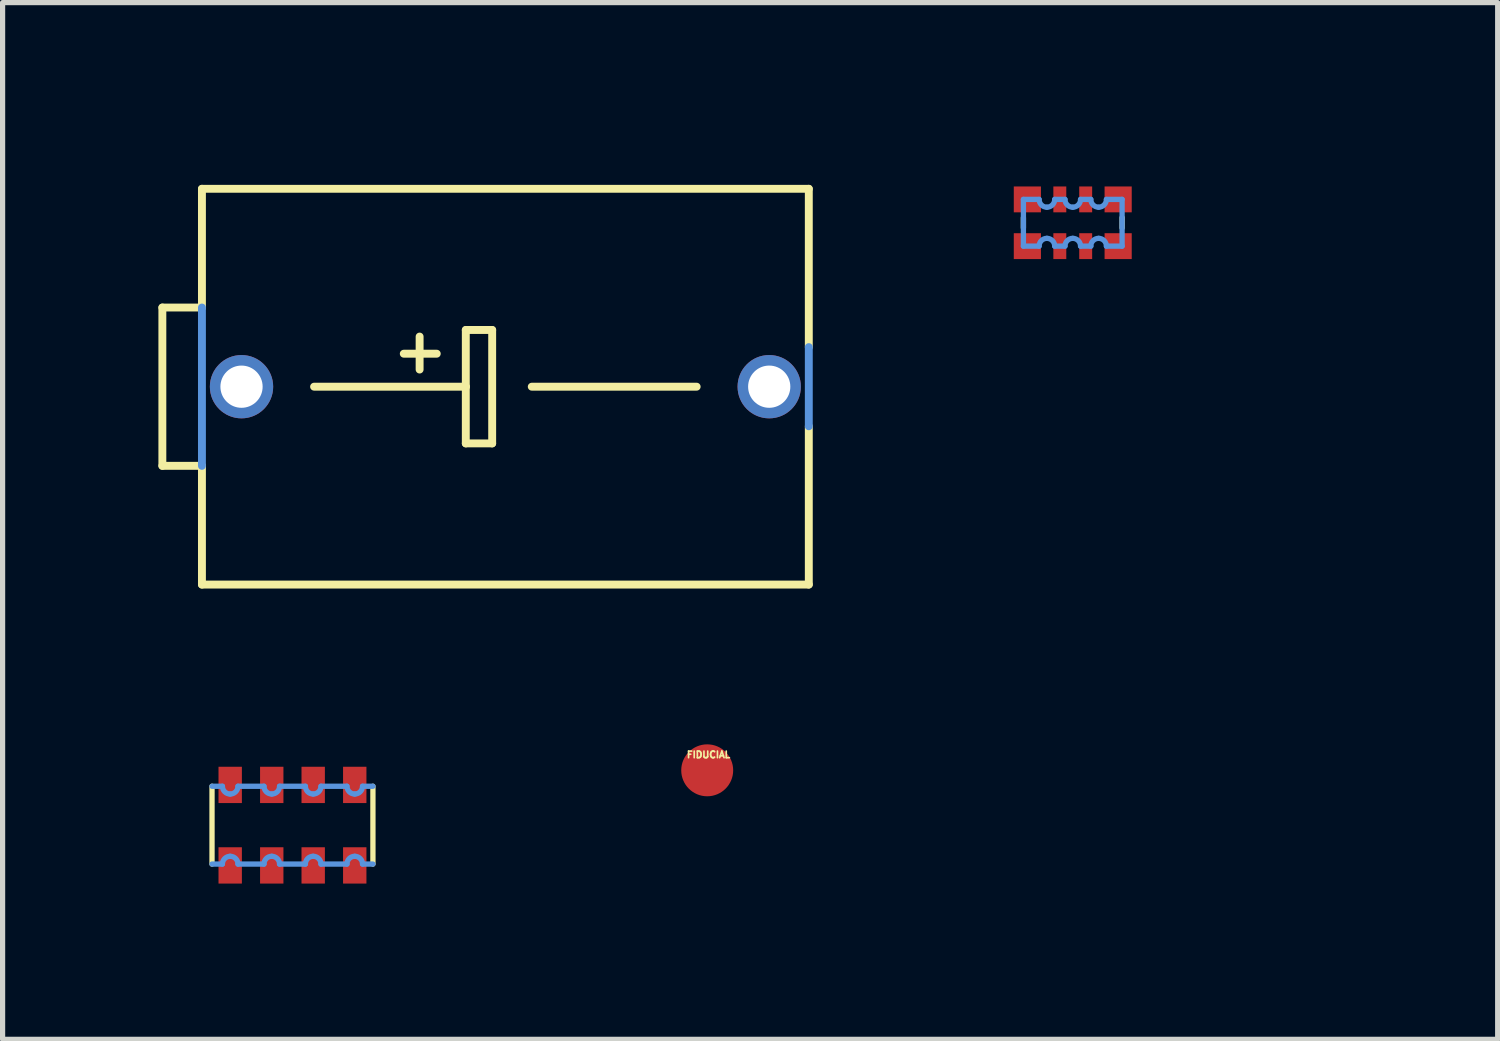
<source format=kicad_pcb>
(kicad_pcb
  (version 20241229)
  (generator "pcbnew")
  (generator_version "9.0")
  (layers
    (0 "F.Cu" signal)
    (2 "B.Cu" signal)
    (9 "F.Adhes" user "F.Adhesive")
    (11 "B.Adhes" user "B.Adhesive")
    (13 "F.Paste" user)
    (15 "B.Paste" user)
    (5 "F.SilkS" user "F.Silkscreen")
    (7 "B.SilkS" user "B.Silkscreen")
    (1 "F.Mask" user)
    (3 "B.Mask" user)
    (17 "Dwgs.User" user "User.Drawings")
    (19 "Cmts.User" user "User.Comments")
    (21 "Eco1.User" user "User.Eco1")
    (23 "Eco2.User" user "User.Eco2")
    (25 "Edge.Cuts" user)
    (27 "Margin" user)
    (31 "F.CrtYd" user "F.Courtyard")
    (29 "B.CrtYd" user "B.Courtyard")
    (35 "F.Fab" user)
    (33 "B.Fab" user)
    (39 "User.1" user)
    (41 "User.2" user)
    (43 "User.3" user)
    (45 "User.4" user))
  (footprint "ETR4"
    (layer "F.Cu")
    (at 6.68 4.395)
    (property "Reference" "ETR4" (at -3.302 -3.429 0) (layer "Eco1.User") (effects (font (size 1.27 1.27) (thickness 0.127))))
    (attr through_hole)
    (fp_line (start -6.604 -1.524) (end -6.604 1.524) (stroke (width 0.152) (type solid)) (layer "F.SilkS"))
    (fp_line (start -6.604 1.524) (end -5.842 1.524) (stroke (width 0.152) (type solid)) (layer "F.SilkS"))
    (fp_line (start -5.842 -1.524) (end -6.604 -1.524) (stroke (width 0.152) (type solid)) (layer "F.SilkS"))
    (fp_line (start -5.842 -1.524) (end -5.842 -3.81) (stroke (width 0.152) (type solid)) (layer "F.SilkS"))
    (fp_line (start -5.842 3.81) (end -5.842 1.524) (stroke (width 0.152) (type solid)) (layer "F.SilkS"))
    (fp_line (start -5.842 3.81) (end 5.842 3.81) (stroke (width 0.152) (type solid)) (layer "F.SilkS"))
    (fp_line (start -3.683 0) (end -0.762 0) (stroke (width 0.152) (type solid)) (layer "F.SilkS"))
    (fp_line (start -1.651 -0.965) (end -1.651 -0.33) (stroke (width 0.152) (type solid)) (layer "F.SilkS"))
    (fp_line (start -1.321 -0.635) (end -1.956 -0.635) (stroke (width 0.152) (type solid)) (layer "F.SilkS"))
    (fp_line (start -0.762 -1.092) (end -0.762 0) (stroke (width 0.152) (type solid)) (layer "F.SilkS"))
    (fp_line (start -0.762 0) (end -0.762 1.092) (stroke (width 0.152) (type solid)) (layer "F.SilkS"))
    (fp_line (start -0.762 1.092) (end -0.254 1.092) (stroke (width 0.152) (type solid)) (layer "F.SilkS"))
    (fp_line (start -0.254 -1.092) (end -0.762 -1.092) (stroke (width 0.152) (type solid)) (layer "F.SilkS"))
    (fp_line (start -0.254 1.092) (end -0.254 -1.092) (stroke (width 0.152) (type solid)) (layer "F.SilkS"))
    (fp_line (start 3.683 0) (end 0.508 0) (stroke (width 0.152) (type solid)) (layer "F.SilkS"))
    (fp_line (start 5.842 -3.81) (end -5.842 -3.81) (stroke (width 0.152) (type solid)) (layer "F.SilkS"))
    (fp_line (start 5.842 -0.762) (end 5.842 -3.81) (stroke (width 0.152) (type solid)) (layer "F.SilkS"))
    (fp_line (start 5.842 3.81) (end 5.842 0.762) (stroke (width 0.152) (type solid)) (layer "F.SilkS"))
    (fp_line (start -5.842 1.524) (end -5.842 -1.524) (stroke (width 0.152) (type solid)) (layer "Cmts.User"))
    (fp_line (start 5.842 -0.762) (end 5.842 0.762) (stroke (width 0.152) (type solid)) (layer "Cmts.User"))
    (pad "+" thru_hole oval (at -5.08 0) (size 1.219 1.219) (drill 0.813) (layers "*.Cu" "*.Mask"))
    (pad "-" thru_hole oval (at 5.08 0) (size 1.219 1.219) (drill 0.813) (layers "*.Cu" "*.Mask")))
  (footprint "EXBV8V"
    (layer "F.Cu")
    (at 2.581 12.837)
    (property "Reference" "EXBV8V" (at 0.953 -0.635 0) (layer "Eco1.User") (effects (font (size 1.27 1.27) (thickness 0.102))))
    (attr through_hole)
    (fp_line (start -1.549 0.749) (end -1.549 -0.749) (stroke (width 0.102) (type solid)) (layer "F.SilkS"))
    (fp_line (start 1.549 -0.749) (end 1.549 0.749) (stroke (width 0.102) (type solid)) (layer "F.SilkS"))
    (fp_line (start -1.549 -0.749) (end -1.349 -0.749) (stroke (width 0.102) (type solid)) (layer "Cmts.User"))
    (fp_line (start -1.349 0.749) (end -1.549 0.749) (stroke (width 0.102) (type solid)) (layer "Cmts.User"))
    (fp_line (start -1.049 -0.749) (end -0.549 -0.749) (stroke (width 0.102) (type solid)) (layer "Cmts.User"))
    (fp_line (start -0.549 0.749) (end -1.049 0.749) (stroke (width 0.102) (type solid)) (layer "Cmts.User"))
    (fp_line (start -0.249 -0.749) (end 0.249 -0.749) (stroke (width 0.102) (type solid)) (layer "Cmts.User"))
    (fp_line (start 0.249 0.749) (end -0.249 0.749) (stroke (width 0.102) (type solid)) (layer "Cmts.User"))
    (fp_line (start 0.549 -0.749) (end 1.049 -0.749) (stroke (width 0.102) (type solid)) (layer "Cmts.User"))
    (fp_line (start 1.049 0.749) (end 0.549 0.749) (stroke (width 0.102) (type solid)) (layer "Cmts.User"))
    (fp_line (start 1.349 -0.749) (end 1.549 -0.749) (stroke (width 0.102) (type solid)) (layer "Cmts.User"))
    (fp_line (start 1.549 0.749) (end 1.349 0.749) (stroke (width 0.102) (type solid)) (layer "Cmts.User"))
    (fp_arc (start -1.34874 0.7493) (mid -1.304847 0.643333) (end -1.19888 0.59944) (stroke (width 0.1016) (type solid)) (layer "Cmts.User"))
    (fp_arc (start -1.19888 -0.59944) (mid -1.304847 -0.643333) (end -1.34874 -0.7493) (stroke (width 0.1016) (type solid)) (layer "Cmts.User"))
    (fp_arc (start -1.19888 0.59944) (mid -1.092913 0.643333) (end -1.04902 0.7493) (stroke (width 0.1016) (type solid)) (layer "Cmts.User"))
    (fp_arc (start -1.04902 -0.7493) (mid -1.092913 -0.643333) (end -1.19888 -0.59944) (stroke (width 0.1016) (type solid)) (layer "Cmts.User"))
    (fp_arc (start -0.54864 0.7493) (mid -0.504747 0.643333) (end -0.39878 0.59944) (stroke (width 0.1016) (type solid)) (layer "Cmts.User"))
    (fp_arc (start -0.39878 -0.59944) (mid -0.504747 -0.643333) (end -0.54864 -0.7493) (stroke (width 0.1016) (type solid)) (layer "Cmts.User"))
    (fp_arc (start -0.39878 0.59944) (mid -0.292813 0.643333) (end -0.24892 0.7493) (stroke (width 0.1016) (type solid)) (layer "Cmts.User"))
    (fp_arc (start -0.24892 -0.7493) (mid -0.292813 -0.643333) (end -0.39878 -0.59944) (stroke (width 0.1016) (type solid)) (layer "Cmts.User"))
    (fp_arc (start 0.24892 0.7493) (mid 0.292813 0.643333) (end 0.39878 0.59944) (stroke (width 0.1016) (type solid)) (layer "Cmts.User"))
    (fp_arc (start 0.39878 -0.59944) (mid 0.292813 -0.643333) (end 0.24892 -0.7493) (stroke (width 0.1016) (type solid)) (layer "Cmts.User"))
    (fp_arc (start 0.39878 0.59944) (mid 0.504747 0.643333) (end 0.54864 0.7493) (stroke (width 0.1016) (type solid)) (layer "Cmts.User"))
    (fp_arc (start 0.54864 -0.7493) (mid 0.504747 -0.643333) (end 0.39878 -0.59944) (stroke (width 0.1016) (type solid)) (layer "Cmts.User"))
    (fp_arc (start 1.04902 0.7493) (mid 1.092913 0.643333) (end 1.19888 0.59944) (stroke (width 0.1016) (type solid)) (layer "Cmts.User"))
    (fp_arc (start 1.19888 -0.59944) (mid 1.092913 -0.643333) (end 1.04902 -0.7493) (stroke (width 0.1016) (type solid)) (layer "Cmts.User"))
    (fp_arc (start 1.19888 0.59944) (mid 1.304847 0.643333) (end 1.34874 0.7493) (stroke (width 0.1016) (type solid)) (layer "Cmts.User"))
    (fp_arc (start 1.34874 -0.7493) (mid 1.304847 -0.643333) (end 1.19888 -0.59944) (stroke (width 0.1016) (type solid)) (layer "Cmts.User"))
    (pad "1" smd rect (at -1.199 0.775) (size 0.45 0.699) (layers "F.Cu" "F.Mask" "F.Paste"))
    (pad "2" smd rect (at -0.399 0.775) (size 0.45 0.699) (layers "F.Cu" "F.Mask" "F.Paste"))
    (pad "3" smd rect (at 0.399 0.775) (size 0.45 0.699) (layers "F.Cu" "F.Mask" "F.Paste"))
    (pad "4" smd rect (at 1.199 0.775) (size 0.45 0.699) (layers "F.Cu" "F.Mask" "F.Paste"))
    (pad "5" smd rect (at 1.199 -0.775 180) (size 0.45 0.699) (layers "F.Cu" "F.Mask" "F.Paste"))
    (pad "6" smd rect (at 0.399 -0.775 180) (size 0.45 0.699) (layers "F.Cu" "F.Mask" "F.Paste"))
    (pad "7" smd rect (at -0.399 -0.775 180) (size 0.45 0.699) (layers "F.Cu" "F.Mask" "F.Paste"))
    (pad "8" smd rect (at -1.199 -0.775 180) (size 0.45 0.699) (layers "F.Cu" "F.Mask" "F.Paste")))
  (footprint "EXB28V"
    (layer "F.Cu")
    (at 17.604 1.239)
    (property "Reference" "EXB28V" (at 1.587 -0.318 0) (layer "Eco1.User") (effects (font (size 1.27 1.27) (thickness 0.102))))
    (attr through_hole)
    (fp_line (start -0.95 0.099) (end -0.95 -0.099) (stroke (width 0.102) (type solid)) (layer "F.SilkS"))
    (fp_line (start 0.95 -0.099) (end 0.95 0.099) (stroke (width 0.102) (type solid)) (layer "F.SilkS"))
    (fp_line (start -0.95 -0.45) (end -0.648 -0.45) (stroke (width 0.102) (type solid)) (layer "Cmts.User"))
    (fp_line (start -0.95 0.45) (end -0.95 -0.45) (stroke (width 0.102) (type solid)) (layer "Cmts.User"))
    (fp_line (start -0.648 0.45) (end -0.95 0.45) (stroke (width 0.102) (type solid)) (layer "Cmts.User"))
    (fp_line (start -0.348 -0.45) (end -0.15 -0.45) (stroke (width 0.102) (type solid)) (layer "Cmts.User"))
    (fp_line (start -0.15 0.45) (end -0.348 0.45) (stroke (width 0.102) (type solid)) (layer "Cmts.User"))
    (fp_line (start 0.15 -0.45) (end 0.348 -0.45) (stroke (width 0.102) (type solid)) (layer "Cmts.User"))
    (fp_line (start 0.348 0.45) (end 0.15 0.45) (stroke (width 0.102) (type solid)) (layer "Cmts.User"))
    (fp_line (start 0.648 -0.45) (end 0.95 -0.45) (stroke (width 0.102) (type solid)) (layer "Cmts.User"))
    (fp_line (start 0.95 -0.45) (end 0.95 0.45) (stroke (width 0.102) (type solid)) (layer "Cmts.User"))
    (fp_line (start 0.95 0.45) (end 0.648 0.45) (stroke (width 0.102) (type solid)) (layer "Cmts.User"))
    (fp_arc (start -0.6477 0.44958) (mid -0.603807 0.343613) (end -0.49784 0.29972) (stroke (width 0.1016) (type solid)) (layer "Cmts.User"))
    (fp_arc (start -0.49784 -0.29972) (mid -0.603807 -0.343613) (end -0.6477 -0.44958) (stroke (width 0.1016) (type solid)) (layer "Cmts.User"))
    (fp_arc (start -0.49784 0.29972) (mid -0.391873 0.343613) (end -0.34798 0.44958) (stroke (width 0.1016) (type solid)) (layer "Cmts.User"))
    (fp_arc (start -0.34798 -0.44958) (mid -0.391873 -0.343613) (end -0.49784 -0.29972) (stroke (width 0.1016) (type solid)) (layer "Cmts.User"))
    (fp_arc (start -0.14986 0.44958) (mid -0.105967 0.343613) (end 0 0.29972) (stroke (width 0.1016) (type solid)) (layer "Cmts.User"))
    (fp_arc (start 0 -0.29972) (mid -0.105967 -0.343613) (end -0.14986 -0.44958) (stroke (width 0.1016) (type solid)) (layer "Cmts.User"))
    (fp_arc (start 0 0.29972) (mid 0.105967 0.343613) (end 0.14986 0.44958) (stroke (width 0.1016) (type solid)) (layer "Cmts.User"))
    (fp_arc (start 0.14986 -0.44958) (mid 0.105967 -0.343613) (end 0 -0.29972) (stroke (width 0.1016) (type solid)) (layer "Cmts.User"))
    (fp_arc (start 0.34798 0.44958) (mid 0.391873 0.343613) (end 0.49784 0.29972) (stroke (width 0.1016) (type solid)) (layer "Cmts.User"))
    (fp_arc (start 0.49784 -0.29972) (mid 0.391873 -0.343613) (end 0.34798 -0.44958) (stroke (width 0.1016) (type solid)) (layer "Cmts.User"))
    (fp_arc (start 0.49784 0.29972) (mid 0.603807 0.343613) (end 0.6477 0.44958) (stroke (width 0.1016) (type solid)) (layer "Cmts.User"))
    (fp_arc (start 0.6477 -0.44958) (mid 0.603807 -0.343613) (end 0.49784 -0.29972) (stroke (width 0.1016) (type solid)) (layer "Cmts.User"))
    (pad "1" smd rect (at -0.874 0.45) (size 0.523 0.498) (layers "F.Cu" "F.Mask" "F.Paste"))
    (pad "2" smd rect (at -0.249 0.45) (size 0.249 0.498) (layers "F.Cu" "F.Mask" "F.Paste"))
    (pad "3" smd rect (at 0.249 0.45) (size 0.249 0.498) (layers "F.Cu" "F.Mask" "F.Paste"))
    (pad "4" smd rect (at 0.874 0.45) (size 0.523 0.498) (layers "F.Cu" "F.Mask" "F.Paste"))
    (pad "5" smd rect (at 0.874 -0.45 180) (size 0.523 0.498) (layers "F.Cu" "F.Mask" "F.Paste"))
    (pad "6" smd rect (at 0.249 -0.45 180) (size 0.249 0.498) (layers "F.Cu" "F.Mask" "F.Paste"))
    (pad "7" smd rect (at -0.249 -0.45 180) (size 0.249 0.498) (layers "F.Cu" "F.Mask" "F.Paste"))
    (pad "8" smd rect (at -0.874 -0.45 180) (size 0.523 0.498) (layers "F.Cu" "F.Mask" "F.Paste")))
  (footprint "FIDUCIAL"
    (layer "F.Cu")
    (at 10.566 11.781)
    (property "Reference" "FIDUCIAL" (at 0.025 -0.3 0) (layer "F.SilkS") (effects (font (size 0.127 0.127) (thickness 0.032))))
    (attr through_hole)
    (pad "FID" smd circle (at 0 0) (size 1 1) (layers "F.Cu" "F.Mask" "F.Paste")))
  (gr_rect
    (start -3 -3)
    (end 25.785 16.961)
    (stroke (width 0.1) (type default))
    (fill no)
    (layer "Edge.Cuts")))
</source>
